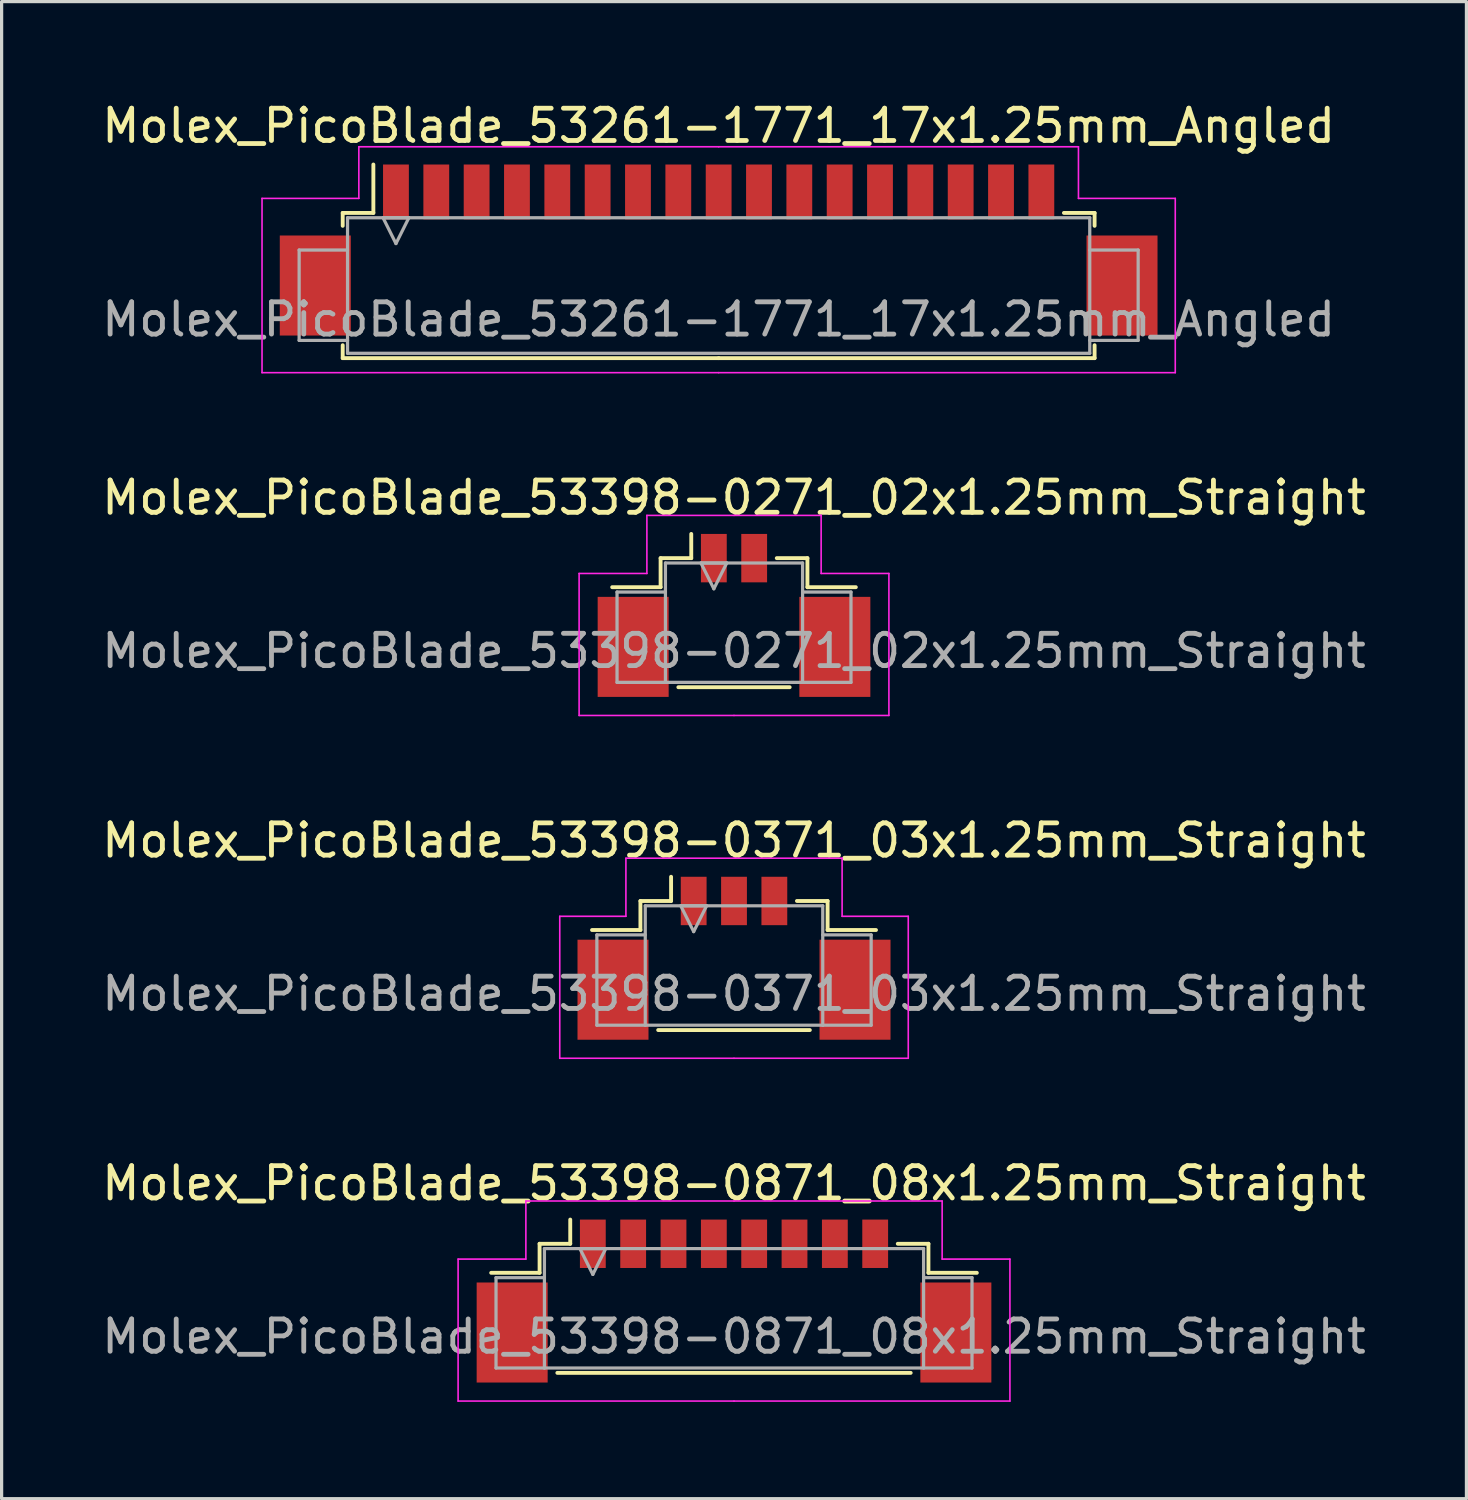
<source format=kicad_pcb>
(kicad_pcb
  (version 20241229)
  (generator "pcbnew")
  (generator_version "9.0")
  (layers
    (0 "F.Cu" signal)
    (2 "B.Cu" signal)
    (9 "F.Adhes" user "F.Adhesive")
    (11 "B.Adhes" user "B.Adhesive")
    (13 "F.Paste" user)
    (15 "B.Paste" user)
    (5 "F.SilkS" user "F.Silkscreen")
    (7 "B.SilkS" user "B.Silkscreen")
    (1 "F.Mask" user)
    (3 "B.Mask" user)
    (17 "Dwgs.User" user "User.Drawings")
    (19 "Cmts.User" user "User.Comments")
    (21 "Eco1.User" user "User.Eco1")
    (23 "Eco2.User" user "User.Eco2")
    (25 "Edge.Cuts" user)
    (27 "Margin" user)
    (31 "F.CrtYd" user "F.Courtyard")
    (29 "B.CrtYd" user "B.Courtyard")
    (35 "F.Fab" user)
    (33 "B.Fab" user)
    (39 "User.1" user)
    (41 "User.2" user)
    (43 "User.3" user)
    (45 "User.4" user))
  (footprint "Molex_PicoBlade_53261-1771_17x1.25mm_Angled"
    (layer "F.Cu")
    (at 19.22 4.348)
    (property "Reference" "Molex_PicoBlade_53261-1771_17x1.25mm_Angled" (at 0 -3.5 0) (layer "F.SilkS") (effects (font (size 1 1) (thickness 0.15))))
    (attr smd)
    (fp_line (start -11.65 -0.8) (end -11.65 -0.4) (stroke (width 0.12) (type solid)) (layer "F.SilkS"))
    (fp_line (start -11.65 3.3) (end -11.65 3.7) (stroke (width 0.12) (type solid)) (layer "F.SilkS"))
    (fp_line (start -11.65 3.7) (end 0 3.7) (stroke (width 0.12) (type solid)) (layer "F.SilkS"))
    (fp_line (start -10.7 -0.8) (end -11.65 -0.8) (stroke (width 0.12) (type solid)) (layer "F.SilkS"))
    (fp_line (start -10.7 -0.8) (end -10.7 -2.3) (stroke (width 0.12) (type solid)) (layer "F.SilkS"))
    (fp_line (start 10.7 -0.8) (end 11.65 -0.8) (stroke (width 0.12) (type solid)) (layer "F.SilkS"))
    (fp_line (start 11.65 -0.8) (end 11.65 -0.4) (stroke (width 0.12) (type solid)) (layer "F.SilkS"))
    (fp_line (start 11.65 3.3) (end 11.65 3.7) (stroke (width 0.12) (type solid)) (layer "F.SilkS"))
    (fp_line (start 11.65 3.7) (end 0 3.7) (stroke (width 0.12) (type solid)) (layer "F.SilkS"))
    (fp_line (start -14.15 -1.25) (end -14.15 4.15) (stroke (width 0.05) (type solid)) (layer "F.CrtYd"))
    (fp_line (start -14.15 4.15) (end 0 4.15) (stroke (width 0.05) (type solid)) (layer "F.CrtYd"))
    (fp_line (start -11.15 -2.85) (end -11.15 -1.25) (stroke (width 0.05) (type solid)) (layer "F.CrtYd"))
    (fp_line (start -11.15 -1.25) (end -14.15 -1.25) (stroke (width 0.05) (type solid)) (layer "F.CrtYd"))
    (fp_line (start 0 -2.85) (end -11.15 -2.85) (stroke (width 0.05) (type solid)) (layer "F.CrtYd"))
    (fp_line (start 0 -2.85) (end 11.15 -2.85) (stroke (width 0.05) (type solid)) (layer "F.CrtYd"))
    (fp_line (start 11.15 -2.85) (end 11.15 -1.25) (stroke (width 0.05) (type solid)) (layer "F.CrtYd"))
    (fp_line (start 11.15 -1.25) (end 14.15 -1.25) (stroke (width 0.05) (type solid)) (layer "F.CrtYd"))
    (fp_line (start 14.15 -1.25) (end 14.15 4.15) (stroke (width 0.05) (type solid)) (layer "F.CrtYd"))
    (fp_line (start 14.15 4.15) (end 0 4.15) (stroke (width 0.05) (type solid)) (layer "F.CrtYd"))
    (fp_line (start -13 0.35) (end -13 3.15) (stroke (width 0.1) (type solid)) (layer "F.Fab"))
    (fp_line (start -13 3.15) (end -11.5 3.15) (stroke (width 0.1) (type solid)) (layer "F.Fab"))
    (fp_line (start -11.5 -0.65) (end 11.5 -0.65) (stroke (width 0.1) (type solid)) (layer "F.Fab"))
    (fp_line (start -11.5 0.35) (end -13 0.35) (stroke (width 0.1) (type solid)) (layer "F.Fab"))
    (fp_line (start -11.5 3.55) (end -11.5 -0.65) (stroke (width 0.1) (type solid)) (layer "F.Fab"))
    (fp_line (start -10.4 -0.65) (end -10 0.15) (stroke (width 0.1) (type solid)) (layer "F.Fab"))
    (fp_line (start -10 0.15) (end -9.6 -0.65) (stroke (width 0.1) (type solid)) (layer "F.Fab"))
    (fp_line (start -9.6 -0.65) (end -10.4 -0.65) (stroke (width 0.1) (type solid)) (layer "F.Fab"))
    (fp_line (start 11.5 -0.65) (end 11.5 3.55) (stroke (width 0.1) (type solid)) (layer "F.Fab"))
    (fp_line (start 11.5 0.35) (end 13 0.35) (stroke (width 0.1) (type solid)) (layer "F.Fab"))
    (fp_line (start 11.5 3.55) (end -11.5 3.55) (stroke (width 0.1) (type solid)) (layer "F.Fab"))
    (fp_line (start 13 0.35) (end 13 3.15) (stroke (width 0.1) (type solid)) (layer "F.Fab"))
    (fp_line (start 13 3.15) (end 11.5 3.15) (stroke (width 0.1) (type solid)) (layer "F.Fab"))
    (fp_text user "${REFERENCE}" (at 0 2.5 0) (layer "F.Fab") (effects (font (size 1 1) (thickness 0.15))))
    (pad "" smd rect (at -12.5 1.45) (size 2.2 3.1) (layers "F.Cu" "F.Mask" "F.Paste"))
    (pad "" smd rect (at 12.5 1.45) (size 2.2 3.1) (layers "F.Cu" "F.Mask" "F.Paste"))
    (pad "1" smd rect (at -10 -1.45) (size 0.8 1.7) (layers "F.Cu" "F.Mask" "F.Paste"))
    (pad "2" smd rect (at -8.75 -1.45) (size 0.8 1.7) (layers "F.Cu" "F.Mask" "F.Paste"))
    (pad "3" smd rect (at -7.5 -1.45) (size 0.8 1.7) (layers "F.Cu" "F.Mask" "F.Paste"))
    (pad "4" smd rect (at -6.25 -1.45) (size 0.8 1.7) (layers "F.Cu" "F.Mask" "F.Paste"))
    (pad "5" smd rect (at -5 -1.45) (size 0.8 1.7) (layers "F.Cu" "F.Mask" "F.Paste"))
    (pad "6" smd rect (at -3.75 -1.45) (size 0.8 1.7) (layers "F.Cu" "F.Mask" "F.Paste"))
    (pad "7" smd rect (at -2.5 -1.45) (size 0.8 1.7) (layers "F.Cu" "F.Mask" "F.Paste"))
    (pad "8" smd rect (at -1.25 -1.45) (size 0.8 1.7) (layers "F.Cu" "F.Mask" "F.Paste"))
    (pad "9" smd rect (at 0 -1.45) (size 0.8 1.7) (layers "F.Cu" "F.Mask" "F.Paste"))
    (pad "10" smd rect (at 1.25 -1.45) (size 0.8 1.7) (layers "F.Cu" "F.Mask" "F.Paste"))
    (pad "11" smd rect (at 2.5 -1.45) (size 0.8 1.7) (layers "F.Cu" "F.Mask" "F.Paste"))
    (pad "12" smd rect (at 3.75 -1.45) (size 0.8 1.7) (layers "F.Cu" "F.Mask" "F.Paste"))
    (pad "13" smd rect (at 5 -1.45) (size 0.8 1.7) (layers "F.Cu" "F.Mask" "F.Paste"))
    (pad "14" smd rect (at 6.25 -1.45) (size 0.8 1.7) (layers "F.Cu" "F.Mask" "F.Paste"))
    (pad "15" smd rect (at 7.5 -1.45) (size 0.8 1.7) (layers "F.Cu" "F.Mask" "F.Paste"))
    (pad "16" smd rect (at 8.75 -1.45) (size 0.8 1.7) (layers "F.Cu" "F.Mask" "F.Paste"))
    (pad "17" smd rect (at 10 -1.45) (size 0.8 1.7) (layers "F.Cu" "F.Mask" "F.Paste")))
  (footprint "Molex_PicoBlade_53398-0371_03x1.25mm_Straight"
    (layer "F.Cu")
    (at 19.696 26.245)
    (property "Reference" "Molex_PicoBlade_53398-0371_03x1.25mm_Straight" (at 0 -3.25 0) (layer "F.SilkS") (effects (font (size 1 1) (thickness 0.15))))
    (attr smd)
    (fp_line (start -2.9 -1.375) (end -2.9 -0.475) (stroke (width 0.12) (type solid)) (layer "F.SilkS"))
    (fp_line (start -2.9 -0.475) (end -4.4 -0.475) (stroke (width 0.12) (type solid)) (layer "F.SilkS"))
    (fp_line (start -2.35 2.625) (end 2.35 2.625) (stroke (width 0.12) (type solid)) (layer "F.SilkS"))
    (fp_line (start -1.95 -1.375) (end -2.9 -1.375) (stroke (width 0.12) (type solid)) (layer "F.SilkS"))
    (fp_line (start -1.95 -1.375) (end -1.95 -2.125) (stroke (width 0.12) (type solid)) (layer "F.SilkS"))
    (fp_line (start 1.95 -1.375) (end 2.9 -1.375) (stroke (width 0.12) (type solid)) (layer "F.SilkS"))
    (fp_line (start 2.9 -1.375) (end 2.9 -0.475) (stroke (width 0.12) (type solid)) (layer "F.SilkS"))
    (fp_line (start 2.9 -0.475) (end 4.4 -0.475) (stroke (width 0.12) (type solid)) (layer "F.SilkS"))
    (fp_line (start -5.4 -0.9) (end -5.4 3.5) (stroke (width 0.05) (type solid)) (layer "F.CrtYd"))
    (fp_line (start -5.4 3.5) (end 0 3.5) (stroke (width 0.05) (type solid)) (layer "F.CrtYd"))
    (fp_line (start -3.35 -2.7) (end -3.35 -0.9) (stroke (width 0.05) (type solid)) (layer "F.CrtYd"))
    (fp_line (start -3.35 -0.9) (end -5.4 -0.9) (stroke (width 0.05) (type solid)) (layer "F.CrtYd"))
    (fp_line (start 0 -2.7) (end -3.35 -2.7) (stroke (width 0.05) (type solid)) (layer "F.CrtYd"))
    (fp_line (start 0 -2.7) (end 3.35 -2.7) (stroke (width 0.05) (type solid)) (layer "F.CrtYd"))
    (fp_line (start 3.35 -2.7) (end 3.35 -0.9) (stroke (width 0.05) (type solid)) (layer "F.CrtYd"))
    (fp_line (start 3.35 -0.9) (end 5.4 -0.9) (stroke (width 0.05) (type solid)) (layer "F.CrtYd"))
    (fp_line (start 5.4 -0.9) (end 5.4 3.5) (stroke (width 0.05) (type solid)) (layer "F.CrtYd"))
    (fp_line (start 5.4 3.5) (end 0 3.5) (stroke (width 0.05) (type solid)) (layer "F.CrtYd"))
    (fp_line (start -4.25 -0.325) (end -2.75 -0.325) (stroke (width 0.1) (type solid)) (layer "F.Fab"))
    (fp_line (start -4.25 2.475) (end -4.25 -0.325) (stroke (width 0.1) (type solid)) (layer "F.Fab"))
    (fp_line (start -2.75 -1.225) (end -2.75 2.475) (stroke (width 0.1) (type solid)) (layer "F.Fab"))
    (fp_line (start -2.75 2.475) (end -4.25 2.475) (stroke (width 0.1) (type solid)) (layer "F.Fab"))
    (fp_line (start -2.75 2.475) (end 2.75 2.475) (stroke (width 0.1) (type solid)) (layer "F.Fab"))
    (fp_line (start -1.65 -1.225) (end -1.25 -0.425) (stroke (width 0.1) (type solid)) (layer "F.Fab"))
    (fp_line (start -1.25 -0.425) (end -0.85 -1.225) (stroke (width 0.1) (type solid)) (layer "F.Fab"))
    (fp_line (start -0.85 -1.225) (end -1.65 -1.225) (stroke (width 0.1) (type solid)) (layer "F.Fab"))
    (fp_line (start 2.75 -1.225) (end -2.75 -1.225) (stroke (width 0.1) (type solid)) (layer "F.Fab"))
    (fp_line (start 2.75 2.475) (end 2.75 -1.225) (stroke (width 0.1) (type solid)) (layer "F.Fab"))
    (fp_line (start 2.75 2.475) (end 4.25 2.475) (stroke (width 0.1) (type solid)) (layer "F.Fab"))
    (fp_line (start 4.25 -0.325) (end 2.75 -0.325) (stroke (width 0.1) (type solid)) (layer "F.Fab"))
    (fp_line (start 4.25 2.475) (end 4.25 -0.325) (stroke (width 0.1) (type solid)) (layer "F.Fab"))
    (fp_text user "${REFERENCE}" (at 0 1.5 0) (layer "F.Fab") (effects (font (size 1 1) (thickness 0.15))))
    (pad "" smd rect (at -3.75 1.375) (size 2.2 3.1) (layers "F.Cu" "F.Mask" "F.Paste"))
    (pad "" smd rect (at 3.75 1.375) (size 2.2 3.1) (layers "F.Cu" "F.Mask" "F.Paste"))
    (pad "1" smd rect (at -1.25 -1.375) (size 0.8 1.5) (layers "F.Cu" "F.Mask" "F.Paste"))
    (pad "2" smd rect (at 0 -1.375) (size 0.8 1.5) (layers "F.Cu" "F.Mask" "F.Paste"))
    (pad "3" smd rect (at 1.25 -1.375) (size 0.8 1.5) (layers "F.Cu" "F.Mask" "F.Paste")))
  (footprint "Molex_PicoBlade_53398-0271_02x1.25mm_Straight"
    (layer "F.Cu")
    (at 19.696 15.621)
    (property "Reference" "Molex_PicoBlade_53398-0271_02x1.25mm_Straight" (at 0 -3.25 0) (layer "F.SilkS") (effects (font (size 1 1) (thickness 0.15))))
    (attr smd)
    (fp_line (start -2.275 -1.375) (end -2.275 -0.475) (stroke (width 0.12) (type solid)) (layer "F.SilkS"))
    (fp_line (start -2.275 -0.475) (end -3.775 -0.475) (stroke (width 0.12) (type solid)) (layer "F.SilkS"))
    (fp_line (start -1.725 2.625) (end 1.725 2.625) (stroke (width 0.12) (type solid)) (layer "F.SilkS"))
    (fp_line (start -1.325 -1.375) (end -2.275 -1.375) (stroke (width 0.12) (type solid)) (layer "F.SilkS"))
    (fp_line (start -1.325 -1.375) (end -1.325 -2.125) (stroke (width 0.12) (type solid)) (layer "F.SilkS"))
    (fp_line (start 1.325 -1.375) (end 2.275 -1.375) (stroke (width 0.12) (type solid)) (layer "F.SilkS"))
    (fp_line (start 2.275 -1.375) (end 2.275 -0.475) (stroke (width 0.12) (type solid)) (layer "F.SilkS"))
    (fp_line (start 2.275 -0.475) (end 3.775 -0.475) (stroke (width 0.12) (type solid)) (layer "F.SilkS"))
    (fp_line (start -4.8 -0.9) (end -4.8 3.5) (stroke (width 0.05) (type solid)) (layer "F.CrtYd"))
    (fp_line (start -4.8 3.5) (end 0 3.5) (stroke (width 0.05) (type solid)) (layer "F.CrtYd"))
    (fp_line (start -2.7 -2.7) (end -2.7 -0.9) (stroke (width 0.05) (type solid)) (layer "F.CrtYd"))
    (fp_line (start -2.7 -0.9) (end -4.8 -0.9) (stroke (width 0.05) (type solid)) (layer "F.CrtYd"))
    (fp_line (start 0 -2.7) (end -2.7 -2.7) (stroke (width 0.05) (type solid)) (layer "F.CrtYd"))
    (fp_line (start 0 -2.7) (end 2.7 -2.7) (stroke (width 0.05) (type solid)) (layer "F.CrtYd"))
    (fp_line (start 2.7 -2.7) (end 2.7 -0.9) (stroke (width 0.05) (type solid)) (layer "F.CrtYd"))
    (fp_line (start 2.7 -0.9) (end 4.8 -0.9) (stroke (width 0.05) (type solid)) (layer "F.CrtYd"))
    (fp_line (start 4.8 -0.9) (end 4.8 3.5) (stroke (width 0.05) (type solid)) (layer "F.CrtYd"))
    (fp_line (start 4.8 3.5) (end 0 3.5) (stroke (width 0.05) (type solid)) (layer "F.CrtYd"))
    (fp_line (start -3.625 -0.325) (end -2.125 -0.325) (stroke (width 0.1) (type solid)) (layer "F.Fab"))
    (fp_line (start -3.625 2.475) (end -3.625 -0.325) (stroke (width 0.1) (type solid)) (layer "F.Fab"))
    (fp_line (start -2.125 -1.225) (end -2.125 2.475) (stroke (width 0.1) (type solid)) (layer "F.Fab"))
    (fp_line (start -2.125 2.475) (end -3.625 2.475) (stroke (width 0.1) (type solid)) (layer "F.Fab"))
    (fp_line (start -2.125 2.475) (end 2.125 2.475) (stroke (width 0.1) (type solid)) (layer "F.Fab"))
    (fp_line (start -1.025 -1.225) (end -0.625 -0.425) (stroke (width 0.1) (type solid)) (layer "F.Fab"))
    (fp_line (start -0.625 -0.425) (end -0.225 -1.225) (stroke (width 0.1) (type solid)) (layer "F.Fab"))
    (fp_line (start -0.225 -1.225) (end -1.025 -1.225) (stroke (width 0.1) (type solid)) (layer "F.Fab"))
    (fp_line (start 2.125 -1.225) (end -2.125 -1.225) (stroke (width 0.1) (type solid)) (layer "F.Fab"))
    (fp_line (start 2.125 2.475) (end 2.125 -1.225) (stroke (width 0.1) (type solid)) (layer "F.Fab"))
    (fp_line (start 2.125 2.475) (end 3.625 2.475) (stroke (width 0.1) (type solid)) (layer "F.Fab"))
    (fp_line (start 3.625 -0.325) (end 2.125 -0.325) (stroke (width 0.1) (type solid)) (layer "F.Fab"))
    (fp_line (start 3.625 2.475) (end 3.625 -0.325) (stroke (width 0.1) (type solid)) (layer "F.Fab"))
    (fp_text user "${REFERENCE}" (at 0 1.5 0) (layer "F.Fab") (effects (font (size 1 1) (thickness 0.15))))
    (pad "" smd rect (at -3.125 1.375) (size 2.2 3.1) (layers "F.Cu" "F.Mask" "F.Paste"))
    (pad "" smd rect (at 3.125 1.375) (size 2.2 3.1) (layers "F.Cu" "F.Mask" "F.Paste"))
    (pad "1" smd rect (at -0.625 -1.375) (size 0.8 1.5) (layers "F.Cu" "F.Mask" "F.Paste"))
    (pad "2" smd rect (at 0.625 -1.375) (size 0.8 1.5) (layers "F.Cu" "F.Mask" "F.Paste")))
  (footprint "Molex_PicoBlade_53398-0871_08x1.25mm_Straight"
    (layer "F.Cu")
    (at 19.696 36.868)
    (property "Reference" "Molex_PicoBlade_53398-0871_08x1.25mm_Straight" (at 0 -3.25 0) (layer "F.SilkS") (effects (font (size 1 1) (thickness 0.15))))
    (attr smd)
    (fp_line (start -6.025 -1.375) (end -6.025 -0.475) (stroke (width 0.12) (type solid)) (layer "F.SilkS"))
    (fp_line (start -6.025 -0.475) (end -7.525 -0.475) (stroke (width 0.12) (type solid)) (layer "F.SilkS"))
    (fp_line (start -5.475 2.625) (end 5.475 2.625) (stroke (width 0.12) (type solid)) (layer "F.SilkS"))
    (fp_line (start -5.075 -1.375) (end -6.025 -1.375) (stroke (width 0.12) (type solid)) (layer "F.SilkS"))
    (fp_line (start -5.075 -1.375) (end -5.075 -2.125) (stroke (width 0.12) (type solid)) (layer "F.SilkS"))
    (fp_line (start 5.075 -1.375) (end 6.025 -1.375) (stroke (width 0.12) (type solid)) (layer "F.SilkS"))
    (fp_line (start 6.025 -1.375) (end 6.025 -0.475) (stroke (width 0.12) (type solid)) (layer "F.SilkS"))
    (fp_line (start 6.025 -0.475) (end 7.525 -0.475) (stroke (width 0.12) (type solid)) (layer "F.SilkS"))
    (fp_line (start -8.55 -0.9) (end -8.55 3.5) (stroke (width 0.05) (type solid)) (layer "F.CrtYd"))
    (fp_line (start -8.55 3.5) (end 0 3.5) (stroke (width 0.05) (type solid)) (layer "F.CrtYd"))
    (fp_line (start -6.45 -2.7) (end -6.45 -0.9) (stroke (width 0.05) (type solid)) (layer "F.CrtYd"))
    (fp_line (start -6.45 -0.9) (end -8.55 -0.9) (stroke (width 0.05) (type solid)) (layer "F.CrtYd"))
    (fp_line (start 0 -2.7) (end -6.45 -2.7) (stroke (width 0.05) (type solid)) (layer "F.CrtYd"))
    (fp_line (start 0 -2.7) (end 6.45 -2.7) (stroke (width 0.05) (type solid)) (layer "F.CrtYd"))
    (fp_line (start 6.45 -2.7) (end 6.45 -0.9) (stroke (width 0.05) (type solid)) (layer "F.CrtYd"))
    (fp_line (start 6.45 -0.9) (end 8.55 -0.9) (stroke (width 0.05) (type solid)) (layer "F.CrtYd"))
    (fp_line (start 8.55 -0.9) (end 8.55 3.5) (stroke (width 0.05) (type solid)) (layer "F.CrtYd"))
    (fp_line (start 8.55 3.5) (end 0 3.5) (stroke (width 0.05) (type solid)) (layer "F.CrtYd"))
    (fp_line (start -7.375 -0.325) (end -5.875 -0.325) (stroke (width 0.1) (type solid)) (layer "F.Fab"))
    (fp_line (start -7.375 2.475) (end -7.375 -0.325) (stroke (width 0.1) (type solid)) (layer "F.Fab"))
    (fp_line (start -5.875 -1.225) (end -5.875 2.475) (stroke (width 0.1) (type solid)) (layer "F.Fab"))
    (fp_line (start -5.875 2.475) (end -7.375 2.475) (stroke (width 0.1) (type solid)) (layer "F.Fab"))
    (fp_line (start -5.875 2.475) (end 5.875 2.475) (stroke (width 0.1) (type solid)) (layer "F.Fab"))
    (fp_line (start -4.775 -1.225) (end -4.375 -0.425) (stroke (width 0.1) (type solid)) (layer "F.Fab"))
    (fp_line (start -4.375 -0.425) (end -3.975 -1.225) (stroke (width 0.1) (type solid)) (layer "F.Fab"))
    (fp_line (start -3.975 -1.225) (end -4.775 -1.225) (stroke (width 0.1) (type solid)) (layer "F.Fab"))
    (fp_line (start 5.875 -1.225) (end -5.875 -1.225) (stroke (width 0.1) (type solid)) (layer "F.Fab"))
    (fp_line (start 5.875 2.475) (end 5.875 -1.225) (stroke (width 0.1) (type solid)) (layer "F.Fab"))
    (fp_line (start 5.875 2.475) (end 7.375 2.475) (stroke (width 0.1) (type solid)) (layer "F.Fab"))
    (fp_line (start 7.375 -0.325) (end 5.875 -0.325) (stroke (width 0.1) (type solid)) (layer "F.Fab"))
    (fp_line (start 7.375 2.475) (end 7.375 -0.325) (stroke (width 0.1) (type solid)) (layer "F.Fab"))
    (fp_text user "${REFERENCE}" (at 0 1.5 0) (layer "F.Fab") (effects (font (size 1 1) (thickness 0.15))))
    (pad "" smd rect (at -6.875 1.375) (size 2.2 3.1) (layers "F.Cu" "F.Mask" "F.Paste"))
    (pad "" smd rect (at 6.875 1.375) (size 2.2 3.1) (layers "F.Cu" "F.Mask" "F.Paste"))
    (pad "1" smd rect (at -4.375 -1.375) (size 0.8 1.5) (layers "F.Cu" "F.Mask" "F.Paste"))
    (pad "2" smd rect (at -3.125 -1.375) (size 0.8 1.5) (layers "F.Cu" "F.Mask" "F.Paste"))
    (pad "3" smd rect (at -1.875 -1.375) (size 0.8 1.5) (layers "F.Cu" "F.Mask" "F.Paste"))
    (pad "4" smd rect (at -0.625 -1.375) (size 0.8 1.5) (layers "F.Cu" "F.Mask" "F.Paste"))
    (pad "5" smd rect (at 0.625 -1.375) (size 0.8 1.5) (layers "F.Cu" "F.Mask" "F.Paste"))
    (pad "6" smd rect (at 1.875 -1.375) (size 0.8 1.5) (layers "F.Cu" "F.Mask" "F.Paste"))
    (pad "7" smd rect (at 3.125 -1.375) (size 0.8 1.5) (layers "F.Cu" "F.Mask" "F.Paste"))
    (pad "8" smd rect (at 4.375 -1.375) (size 0.8 1.5) (layers "F.Cu" "F.Mask" "F.Paste")))
  (gr_rect
    (start -3 -3)
    (end 42.393 43.393)
    (stroke (width 0.1) (type default))
    (fill no)
    (layer "Edge.Cuts")))
</source>
